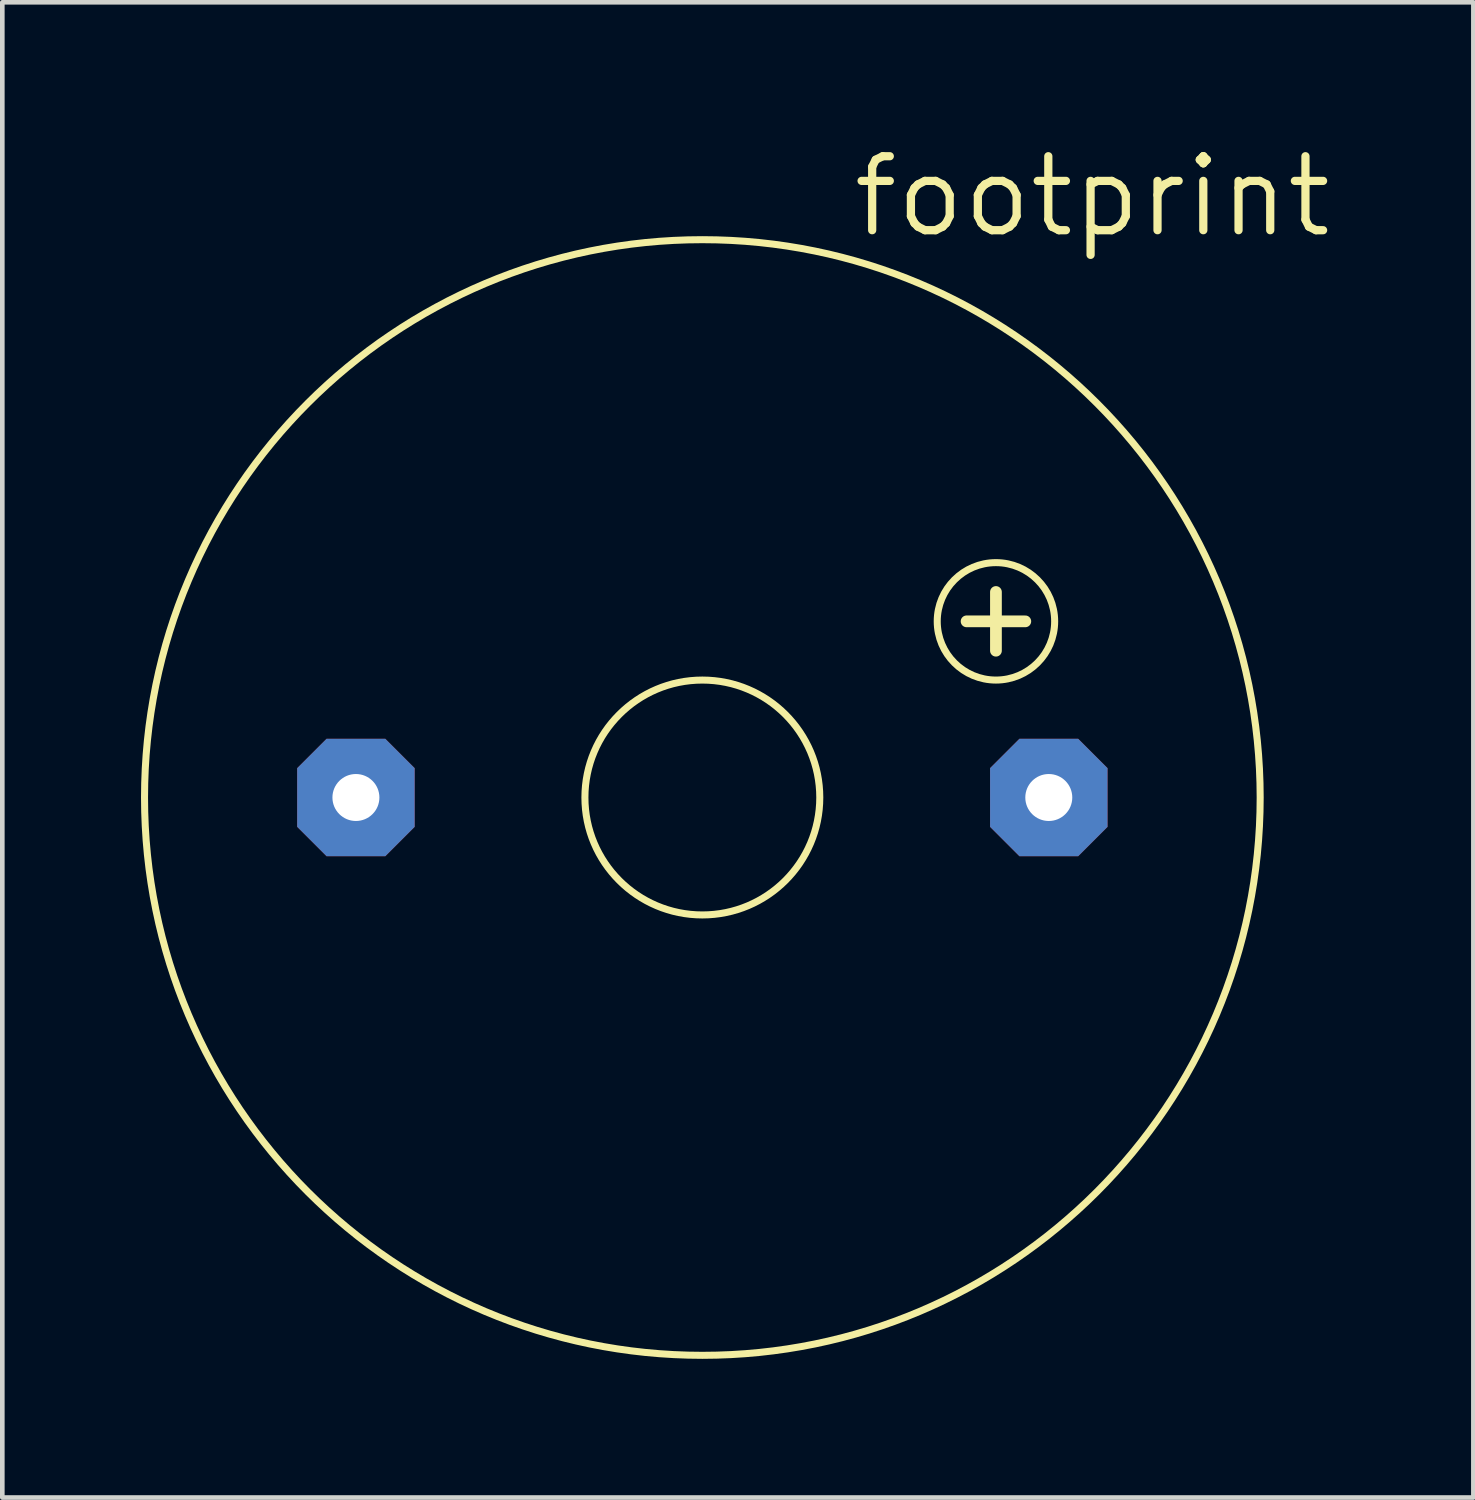
<source format=kicad_pcb>
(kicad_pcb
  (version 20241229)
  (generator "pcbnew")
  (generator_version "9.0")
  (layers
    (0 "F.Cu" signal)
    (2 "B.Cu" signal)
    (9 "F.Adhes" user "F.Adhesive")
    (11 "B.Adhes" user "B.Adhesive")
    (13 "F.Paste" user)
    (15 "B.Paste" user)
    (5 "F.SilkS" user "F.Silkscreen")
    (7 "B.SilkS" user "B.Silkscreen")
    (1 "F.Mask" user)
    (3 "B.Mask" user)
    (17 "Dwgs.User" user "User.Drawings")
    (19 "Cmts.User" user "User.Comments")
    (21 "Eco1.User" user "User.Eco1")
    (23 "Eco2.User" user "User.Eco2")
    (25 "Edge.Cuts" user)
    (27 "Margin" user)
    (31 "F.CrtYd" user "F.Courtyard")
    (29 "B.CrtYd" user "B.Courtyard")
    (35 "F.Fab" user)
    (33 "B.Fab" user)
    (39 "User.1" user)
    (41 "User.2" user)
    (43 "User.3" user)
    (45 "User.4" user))
  (footprint "footprint"
    (layer "F.Cu")
    (at 12.141 14.199)
    (property "Reference" "footprint" (at 3.175 -12.065 0) (layer "F.SilkS") (effects (font (size 1.6 1.6) (thickness 0.178)) (justify left bottom)))
    (fp_line (start 5.715 -3.81) (end 6.985 -3.81) (stroke (width 0.254) (type solid)) (layer "F.SilkS"))
    (fp_line (start 6.35 -4.445) (end 6.35 -3.175) (stroke (width 0.254) (type solid)) (layer "F.SilkS"))
    (fp_circle (center 0 0) (end 2.54 0) (stroke (width 0.152) (type solid)) (fill no) (layer "F.SilkS"))
    (fp_circle (center 0 0) (end 12.065 0) (stroke (width 0.152) (type solid)) (fill no) (layer "F.SilkS"))
    (fp_circle (center 6.35 -3.81) (end 7.62 -3.81) (stroke (width 0.152) (type solid)) (fill no) (layer "F.SilkS"))
    (pad "+" thru_hole roundrect (at 7.493 0) (size 2.54 2.54) (drill 1.016) (layers "*.Cu" "*.Mask") (roundrect_rratio 0.25) (chamfer_ratio 0.25) (chamfer top_left top_right bottom_left bottom_right))
    (pad "-" thru_hole roundrect (at -7.493 0) (size 2.54 2.54) (drill 1.016) (layers "*.Cu" "*.Mask") (roundrect_rratio 0.25) (chamfer_ratio 0.25) (chamfer top_left top_right bottom_left bottom_right)))
  (gr_rect
    (start -3 -3)
    (end 28.817 29.34)
    (stroke (width 0.1) (type default))
    (fill no)
    (layer "Edge.Cuts")))
</source>
